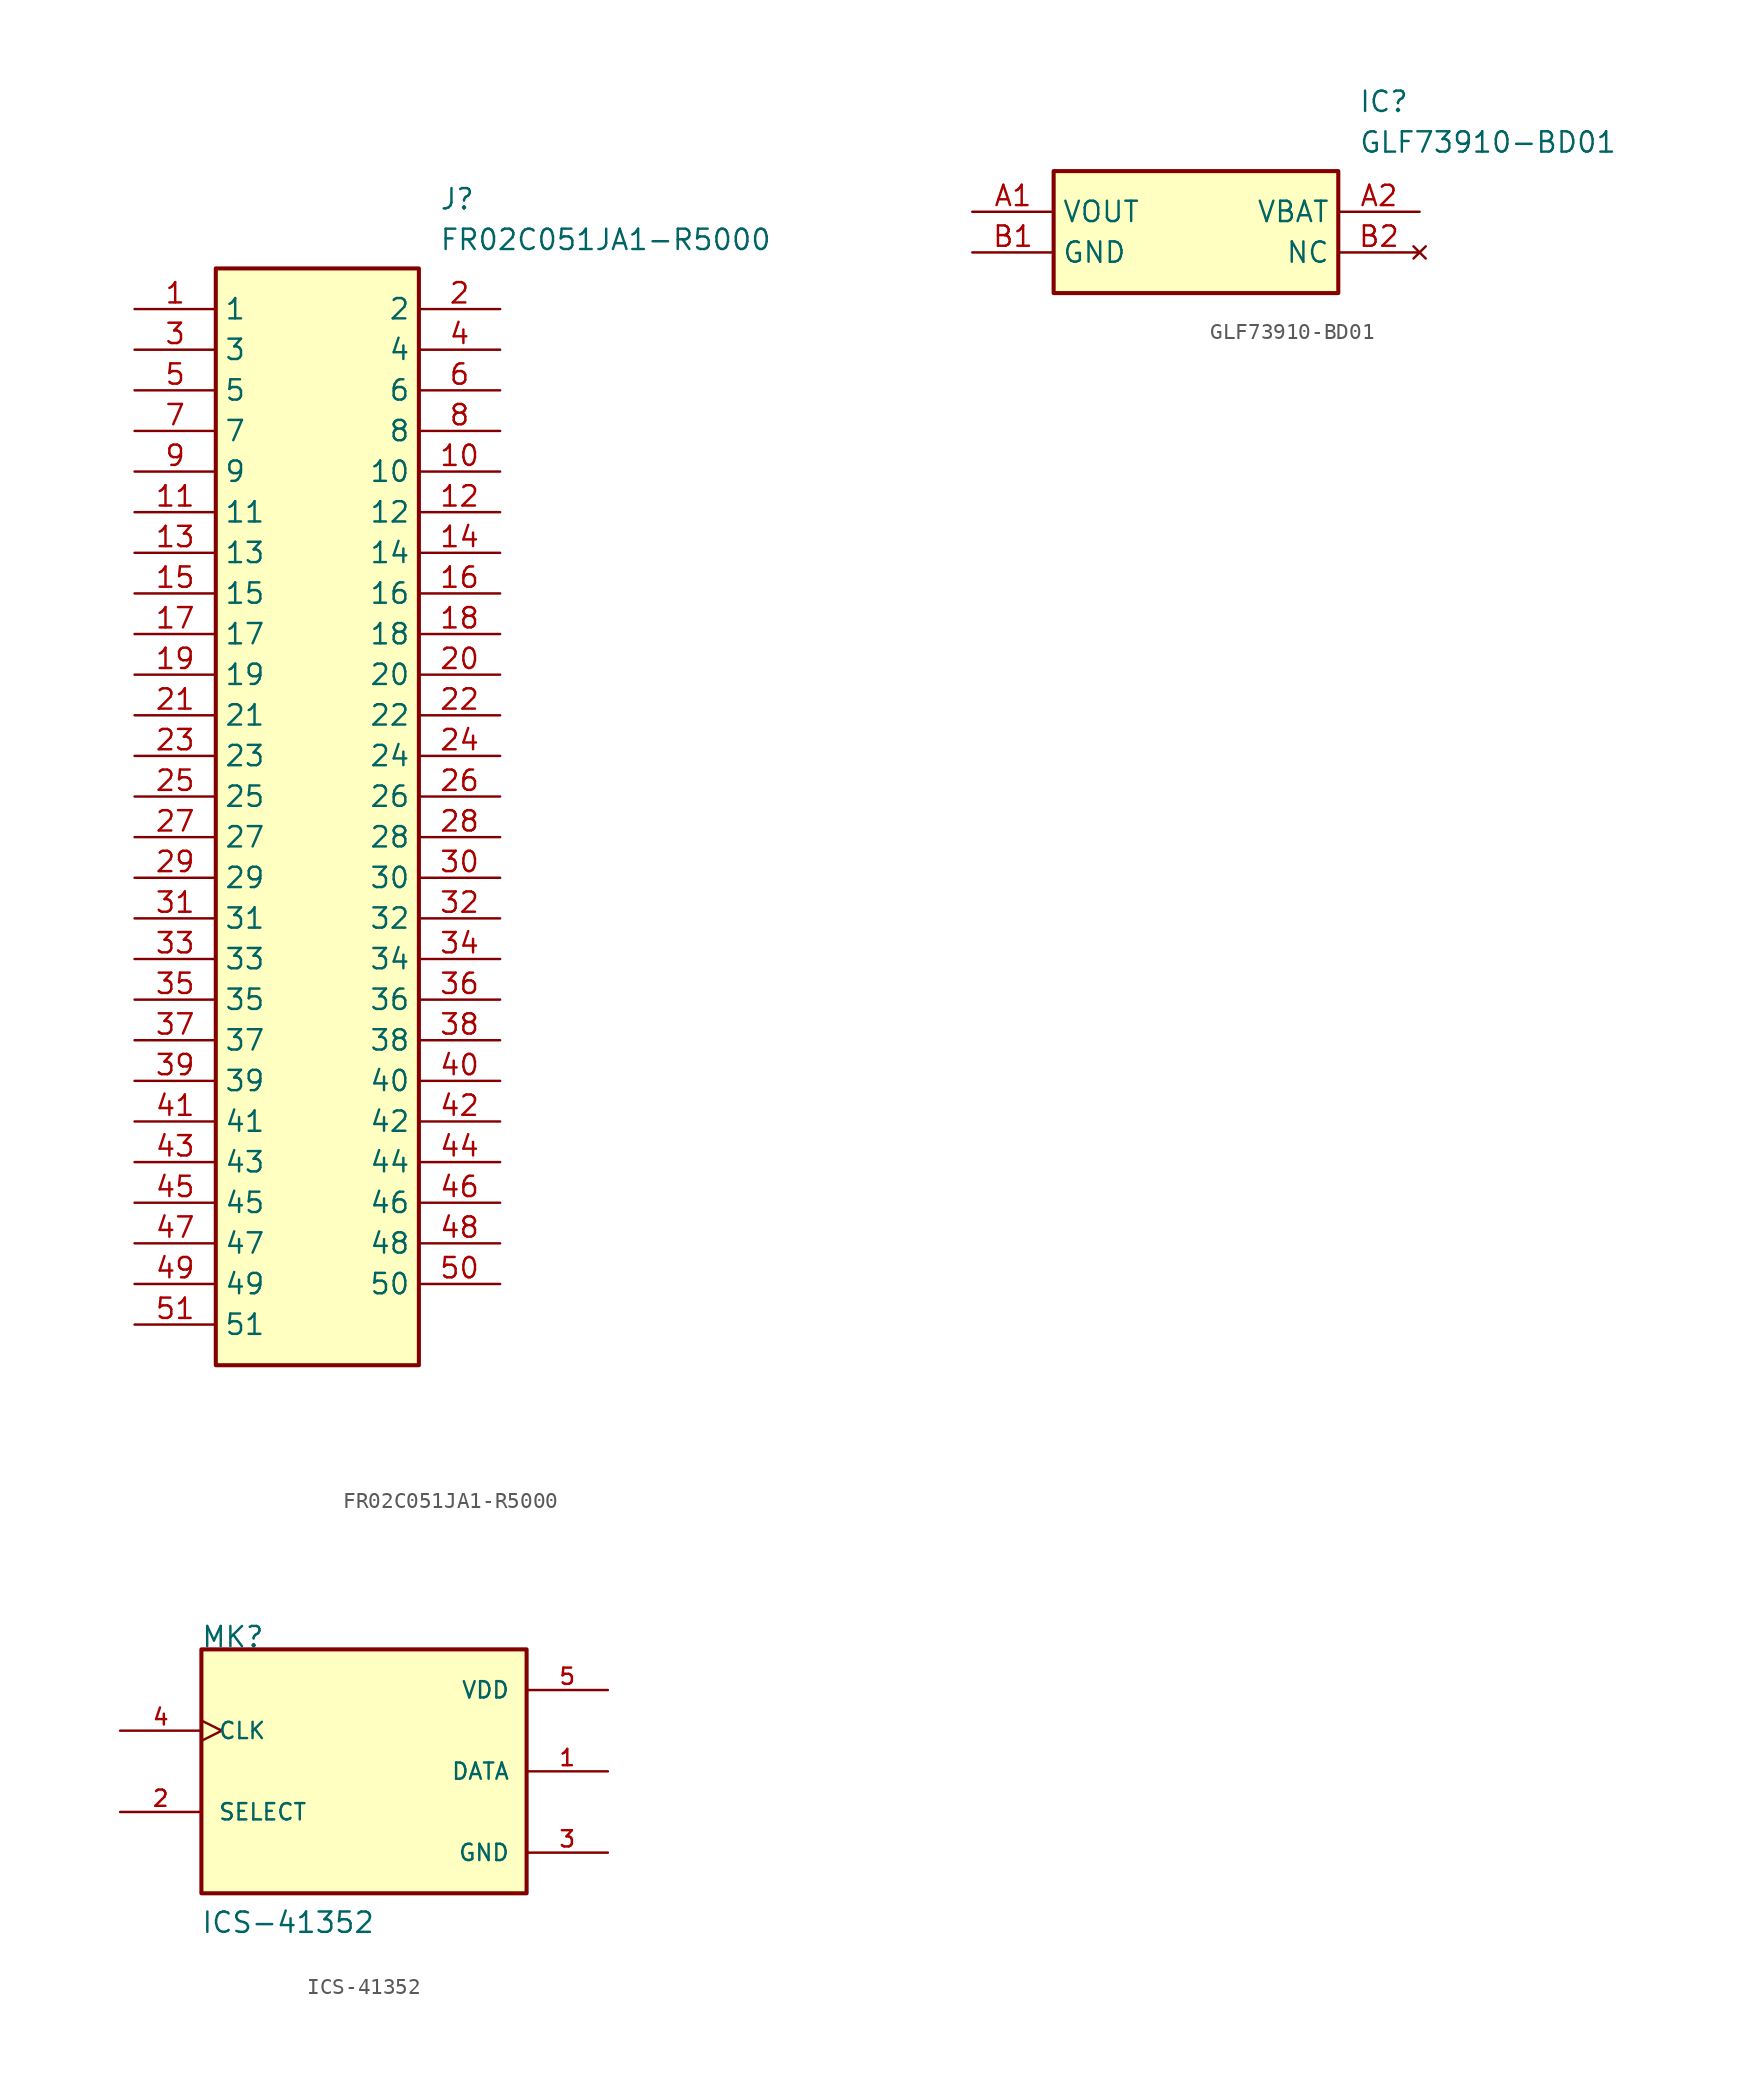
<source format=kicad_sym>
(kicad_symbol_lib
  (version 20231120)
  (generator "kicad_symbol_editor")
  (generator_version "8.0")
  (symbol "FR02C051JA1-R5000"
    (property "Reference" "J"
      (at 19.05 7.62 0)
      (effects (font (size 1.27 1.27)) (justify left top)))
    (property "Value" "FR02C051JA1-R5000"
      (at 19.05 5.08 0)
      (effects (font (size 1.27 1.27)) (justify left top)))
    (symbol "FR02C051JA1-R5000_1_1"
      (rectangle (start 5.08 2.54) (end 17.78 -66.04) (stroke (width 0.254) (type default)) (fill (type background)))
      (pin passive line (at 0 0 0) (length 5.08) (name "1" (effects (font (size 1.27 1.27)))) (number "1" (effects (font (size 1.27 1.27)))))
      (pin passive line (at 22.86 -10.16 180) (length 5.08) (name "10" (effects (font (size 1.27 1.27)))) (number "10" (effects (font (size 1.27 1.27)))))
      (pin passive line (at 0 -12.7 0) (length 5.08) (name "11" (effects (font (size 1.27 1.27)))) (number "11" (effects (font (size 1.27 1.27)))))
      (pin passive line (at 22.86 -12.7 180) (length 5.08) (name "12" (effects (font (size 1.27 1.27)))) (number "12" (effects (font (size 1.27 1.27)))))
      (pin passive line (at 0 -15.24 0) (length 5.08) (name "13" (effects (font (size 1.27 1.27)))) (number "13" (effects (font (size 1.27 1.27)))))
      (pin passive line (at 22.86 -15.24 180) (length 5.08) (name "14" (effects (font (size 1.27 1.27)))) (number "14" (effects (font (size 1.27 1.27)))))
      (pin passive line (at 0 -17.78 0) (length 5.08) (name "15" (effects (font (size 1.27 1.27)))) (number "15" (effects (font (size 1.27 1.27)))))
      (pin passive line (at 22.86 -17.78 180) (length 5.08) (name "16" (effects (font (size 1.27 1.27)))) (number "16" (effects (font (size 1.27 1.27)))))
      (pin passive line (at 0 -20.32 0) (length 5.08) (name "17" (effects (font (size 1.27 1.27)))) (number "17" (effects (font (size 1.27 1.27)))))
      (pin passive line (at 22.86 -20.32 180) (length 5.08) (name "18" (effects (font (size 1.27 1.27)))) (number "18" (effects (font (size 1.27 1.27)))))
      (pin passive line (at 0 -22.86 0) (length 5.08) (name "19" (effects (font (size 1.27 1.27)))) (number "19" (effects (font (size 1.27 1.27)))))
      (pin passive line (at 22.86 0 180) (length 5.08) (name "2" (effects (font (size 1.27 1.27)))) (number "2" (effects (font (size 1.27 1.27)))))
      (pin passive line (at 22.86 -22.86 180) (length 5.08) (name "20" (effects (font (size 1.27 1.27)))) (number "20" (effects (font (size 1.27 1.27)))))
      (pin passive line (at 0 -25.4 0) (length 5.08) (name "21" (effects (font (size 1.27 1.27)))) (number "21" (effects (font (size 1.27 1.27)))))
      (pin passive line (at 22.86 -25.4 180) (length 5.08) (name "22" (effects (font (size 1.27 1.27)))) (number "22" (effects (font (size 1.27 1.27)))))
      (pin passive line (at 0 -27.94 0) (length 5.08) (name "23" (effects (font (size 1.27 1.27)))) (number "23" (effects (font (size 1.27 1.27)))))
      (pin passive line (at 22.86 -27.94 180) (length 5.08) (name "24" (effects (font (size 1.27 1.27)))) (number "24" (effects (font (size 1.27 1.27)))))
      (pin passive line (at 0 -30.48 0) (length 5.08) (name "25" (effects (font (size 1.27 1.27)))) (number "25" (effects (font (size 1.27 1.27)))))
      (pin passive line (at 22.86 -30.48 180) (length 5.08) (name "26" (effects (font (size 1.27 1.27)))) (number "26" (effects (font (size 1.27 1.27)))))
      (pin passive line (at 0 -33.02 0) (length 5.08) (name "27" (effects (font (size 1.27 1.27)))) (number "27" (effects (font (size 1.27 1.27)))))
      (pin passive line (at 22.86 -33.02 180) (length 5.08) (name "28" (effects (font (size 1.27 1.27)))) (number "28" (effects (font (size 1.27 1.27)))))
      (pin passive line (at 0 -35.56 0) (length 5.08) (name "29" (effects (font (size 1.27 1.27)))) (number "29" (effects (font (size 1.27 1.27)))))
      (pin passive line (at 0 -2.54 0) (length 5.08) (name "3" (effects (font (size 1.27 1.27)))) (number "3" (effects (font (size 1.27 1.27)))))
      (pin passive line (at 22.86 -35.56 180) (length 5.08) (name "30" (effects (font (size 1.27 1.27)))) (number "30" (effects (font (size 1.27 1.27)))))
      (pin passive line (at 0 -38.1 0) (length 5.08) (name "31" (effects (font (size 1.27 1.27)))) (number "31" (effects (font (size 1.27 1.27)))))
      (pin passive line (at 22.86 -38.1 180) (length 5.08) (name "32" (effects (font (size 1.27 1.27)))) (number "32" (effects (font (size 1.27 1.27)))))
      (pin passive line (at 0 -40.64 0) (length 5.08) (name "33" (effects (font (size 1.27 1.27)))) (number "33" (effects (font (size 1.27 1.27)))))
      (pin passive line (at 22.86 -40.64 180) (length 5.08) (name "34" (effects (font (size 1.27 1.27)))) (number "34" (effects (font (size 1.27 1.27)))))
      (pin passive line (at 0 -43.18 0) (length 5.08) (name "35" (effects (font (size 1.27 1.27)))) (number "35" (effects (font (size 1.27 1.27)))))
      (pin passive line (at 22.86 -43.18 180) (length 5.08) (name "36" (effects (font (size 1.27 1.27)))) (number "36" (effects (font (size 1.27 1.27)))))
      (pin passive line (at 0 -45.72 0) (length 5.08) (name "37" (effects (font (size 1.27 1.27)))) (number "37" (effects (font (size 1.27 1.27)))))
      (pin passive line (at 22.86 -45.72 180) (length 5.08) (name "38" (effects (font (size 1.27 1.27)))) (number "38" (effects (font (size 1.27 1.27)))))
      (pin passive line (at 0 -48.26 0) (length 5.08) (name "39" (effects (font (size 1.27 1.27)))) (number "39" (effects (font (size 1.27 1.27)))))
      (pin passive line (at 22.86 -2.54 180) (length 5.08) (name "4" (effects (font (size 1.27 1.27)))) (number "4" (effects (font (size 1.27 1.27)))))
      (pin passive line (at 22.86 -48.26 180) (length 5.08) (name "40" (effects (font (size 1.27 1.27)))) (number "40" (effects (font (size 1.27 1.27)))))
      (pin passive line (at 0 -50.8 0) (length 5.08) (name "41" (effects (font (size 1.27 1.27)))) (number "41" (effects (font (size 1.27 1.27)))))
      (pin passive line (at 22.86 -50.8 180) (length 5.08) (name "42" (effects (font (size 1.27 1.27)))) (number "42" (effects (font (size 1.27 1.27)))))
      (pin passive line (at 0 -53.34 0) (length 5.08) (name "43" (effects (font (size 1.27 1.27)))) (number "43" (effects (font (size 1.27 1.27)))))
      (pin passive line (at 22.86 -53.34 180) (length 5.08) (name "44" (effects (font (size 1.27 1.27)))) (number "44" (effects (font (size 1.27 1.27)))))
      (pin passive line (at 0 -55.88 0) (length 5.08) (name "45" (effects (font (size 1.27 1.27)))) (number "45" (effects (font (size 1.27 1.27)))))
      (pin passive line (at 22.86 -55.88 180) (length 5.08) (name "46" (effects (font (size 1.27 1.27)))) (number "46" (effects (font (size 1.27 1.27)))))
      (pin passive line (at 0 -58.42 0) (length 5.08) (name "47" (effects (font (size 1.27 1.27)))) (number "47" (effects (font (size 1.27 1.27)))))
      (pin passive line (at 22.86 -58.42 180) (length 5.08) (name "48" (effects (font (size 1.27 1.27)))) (number "48" (effects (font (size 1.27 1.27)))))
      (pin passive line (at 0 -60.96 0) (length 5.08) (name "49" (effects (font (size 1.27 1.27)))) (number "49" (effects (font (size 1.27 1.27)))))
      (pin passive line (at 0 -5.08 0) (length 5.08) (name "5" (effects (font (size 1.27 1.27)))) (number "5" (effects (font (size 1.27 1.27)))))
      (pin passive line (at 22.86 -60.96 180) (length 5.08) (name "50" (effects (font (size 1.27 1.27)))) (number "50" (effects (font (size 1.27 1.27)))))
      (pin passive line (at 0 -63.5 0) (length 5.08) (name "51" (effects (font (size 1.27 1.27)))) (number "51" (effects (font (size 1.27 1.27)))))
      (pin passive line (at 22.86 -5.08 180) (length 5.08) (name "6" (effects (font (size 1.27 1.27)))) (number "6" (effects (font (size 1.27 1.27)))))
      (pin passive line (at 0 -7.62 0) (length 5.08) (name "7" (effects (font (size 1.27 1.27)))) (number "7" (effects (font (size 1.27 1.27)))))
      (pin passive line (at 22.86 -7.62 180) (length 5.08) (name "8" (effects (font (size 1.27 1.27)))) (number "8" (effects (font (size 1.27 1.27)))))
      (pin passive line (at 0 -10.16 0) (length 5.08) (name "9" (effects (font (size 1.27 1.27)))) (number "9" (effects (font (size 1.27 1.27)))))))
  (symbol "GLF73910-BD01"
    (property "Reference" "IC"
      (at 24.13 7.62 0)
      (effects (font (size 1.27 1.27)) (justify left top)))
    (property "Value" "GLF73910-BD01"
      (at 24.13 5.08 0)
      (effects (font (size 1.27 1.27)) (justify left top)))
    (symbol "GLF73910-BD01_1_1"
      (rectangle (start 5.08 2.54) (end 22.86 -5.08) (stroke (width 0.254) (type default)) (fill (type background)))
      (pin passive line (at 0 0 0) (length 5.08) (name "VOUT" (effects (font (size 1.27 1.27)))) (number "A1" (effects (font (size 1.27 1.27)))))
      (pin passive line (at 27.94 0 180) (length 5.08) (name "VBAT" (effects (font (size 1.27 1.27)))) (number "A2" (effects (font (size 1.27 1.27)))))
      (pin passive line (at 0 -2.54 0) (length 5.08) (name "GND" (effects (font (size 1.27 1.27)))) (number "B1" (effects (font (size 1.27 1.27)))))
      (pin no_connect line (at 27.94 -2.54 180) (length 5.08) (name "NC" (effects (font (size 1.27 1.27)))) (number "B2" (effects (font (size 1.27 1.27)))))))
  (symbol "ICS-41352"
    (pin_names
      (offset 1.016))
    (property "Reference" "MK"
      (at -10.202 7.652 0)
      (effects (font (size 1.27 1.27)) (justify left bottom)))
    (property "Value" "ICS-41352"
      (at -10.192 -10.192 0)
      (effects (font (size 1.27 1.27)) (justify left bottom)))
    (symbol "ICS-41352_0_0"
      (rectangle (start -10.16 -7.62) (end 10.16 7.62) (stroke (width 0.254) (type default)) (fill (type background)))
      (pin output line (at 15.24 0 180) (length 5.08) (name "DATA" (effects (font (size 1.016 1.016)))) (number "1" (effects (font (size 1.016 1.016)))))
      (pin input line (at -15.24 -2.54 0) (length 5.08) (name "SELECT" (effects (font (size 1.016 1.016)))) (number "2" (effects (font (size 1.016 1.016)))))
      (pin power_in line (at 15.24 -5.08 180) (length 5.08) (name "GND" (effects (font (size 1.016 1.016)))) (number "3" (effects (font (size 1.016 1.016)))))
      (pin input clock (at -15.24 2.54 0) (length 5.08) (name "CLK" (effects (font (size 1.016 1.016)))) (number "4" (effects (font (size 1.016 1.016)))))
      (pin power_in line (at 15.24 5.08 180) (length 5.08) (name "VDD" (effects (font (size 1.016 1.016)))) (number "5" (effects (font (size 1.016 1.016))))))))
</source>
